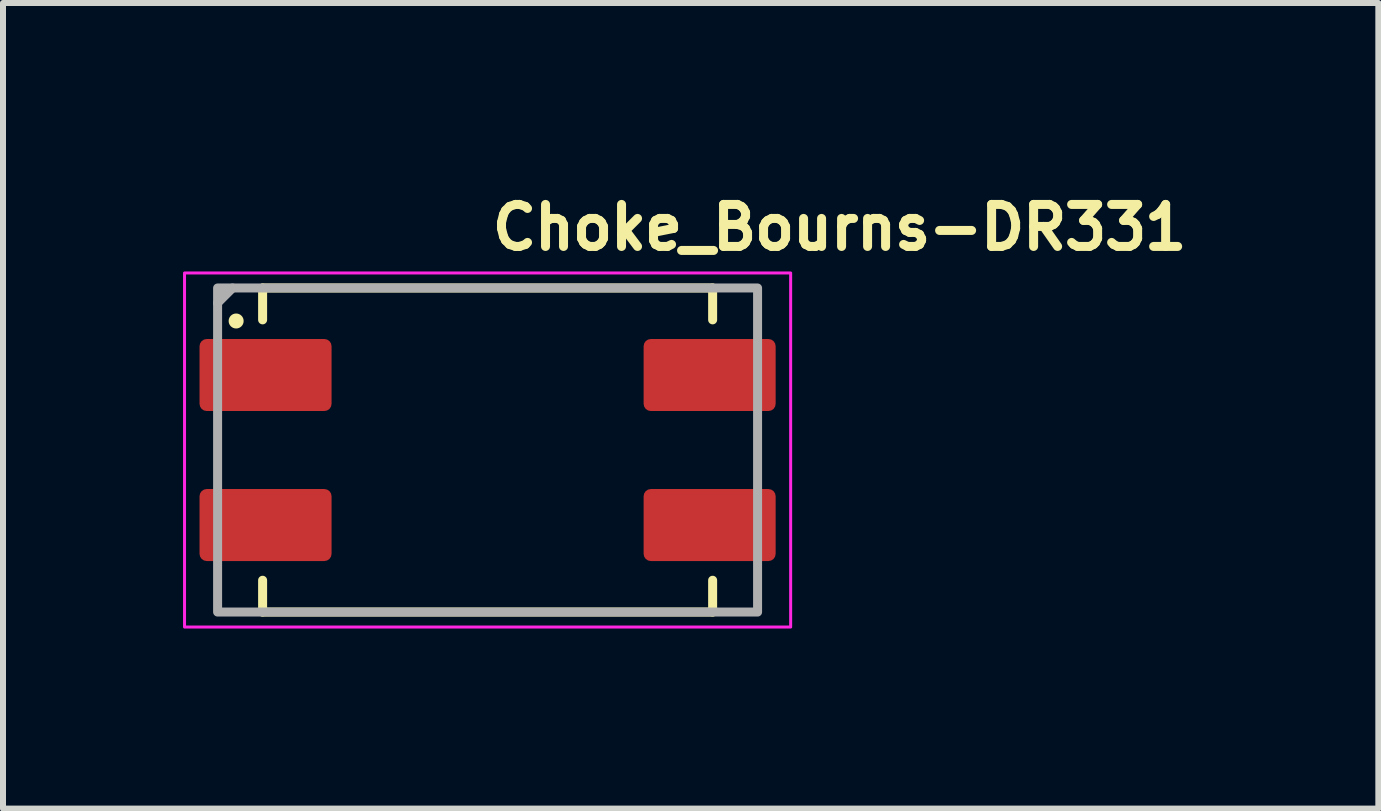
<source format=kicad_pcb>
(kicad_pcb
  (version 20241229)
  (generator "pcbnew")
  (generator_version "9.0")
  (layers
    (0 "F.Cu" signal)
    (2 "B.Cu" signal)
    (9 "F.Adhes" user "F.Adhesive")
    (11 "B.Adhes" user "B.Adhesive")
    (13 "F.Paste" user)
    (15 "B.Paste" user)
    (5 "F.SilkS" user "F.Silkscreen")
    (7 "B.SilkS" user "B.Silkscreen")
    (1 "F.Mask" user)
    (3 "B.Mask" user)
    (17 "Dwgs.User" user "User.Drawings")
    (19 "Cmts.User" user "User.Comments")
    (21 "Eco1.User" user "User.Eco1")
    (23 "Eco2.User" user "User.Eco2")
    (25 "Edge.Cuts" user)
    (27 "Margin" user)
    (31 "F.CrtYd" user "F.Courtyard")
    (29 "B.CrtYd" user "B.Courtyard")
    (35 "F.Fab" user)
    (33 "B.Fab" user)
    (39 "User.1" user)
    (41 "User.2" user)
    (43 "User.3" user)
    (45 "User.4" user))
  (footprint "Choke_Bourns-DR331"
    (layer "F.Cu")
    (at 5.075 4.449)
    (property "Reference" "Choke_Bourns-DR331" (at 0 -3.299 0) (layer "F.SilkS") (effects (font (size 0.7 0.7) (thickness 0.15)) (justify left bottom)))
    (attr smd)
    (fp_line (start -3.749 -2.7) (end 3.75 -2.7) (stroke (width 0.15) (type solid)) (layer "F.SilkS"))
    (fp_line (start -3.749 -2.169) (end -3.749 -2.7) (stroke (width 0.15) (type solid)) (layer "F.SilkS"))
    (fp_line (start -3.749 2.17) (end -3.749 2.7) (stroke (width 0.15) (type solid)) (layer "F.SilkS"))
    (fp_line (start 3.75 -2.169) (end 3.75 -2.7) (stroke (width 0.15) (type solid)) (layer "F.SilkS"))
    (fp_line (start 3.75 2.17) (end 3.75 2.7) (stroke (width 0.15) (type solid)) (layer "F.SilkS"))
    (fp_line (start 3.75 2.7) (end -3.749 2.7) (stroke (width 0.15) (type solid)) (layer "F.SilkS"))
    (fp_circle (center -4.19 -2.15) (end -4.14 -2.15) (stroke (width 0.15) (type solid)) (fill yes) (layer "F.SilkS"))
    (fp_rect (start -5.05 -2.95) (end 5.05 2.95) (stroke (width 0.05) (type solid)) (fill no) (layer "F.CrtYd"))
    (fp_line (start -4.25 -2.7) (end -4.5 -2.45) (stroke (width 0.15) (type solid)) (layer "F.Fab"))
    (fp_rect (start -4.499 -2.7) (end 4.499 2.7) (stroke (width 0.15) (type solid)) (fill no) (layer "F.Fab"))
    (fp_rect (start -4.499 -2.7) (end 4.499 2.7) (stroke (width 0.1) (type solid)) (fill no) (layer "User.5"))
    (fp_line (start -4.499 -1.52) (end -3.65 -1.52) (stroke (width 0.02) (type solid)) (layer "User.9"))
    (fp_line (start -4.499 -1.02) (end -4.499 -1.52) (stroke (width 0.02) (type solid)) (layer "User.9"))
    (fp_line (start -4.499 1.02) (end -3.65 1.02) (stroke (width 0.02) (type solid)) (layer "User.9"))
    (fp_line (start -4.499 1.52) (end -4.499 1.02) (stroke (width 0.02) (type solid)) (layer "User.9"))
    (fp_line (start -3.65 -2.45) (end -3.65 2.45) (stroke (width 0.02) (type solid)) (layer "User.9"))
    (fp_line (start -3.65 -2.45) (end -3.4 -2.45) (stroke (width 0.02) (type solid)) (layer "User.9"))
    (fp_line (start -3.65 -1.02) (end -4.499 -1.02) (stroke (width 0.02) (type solid)) (layer "User.9"))
    (fp_line (start -3.65 1.52) (end -4.499 1.52) (stroke (width 0.02) (type solid)) (layer "User.9"))
    (fp_line (start -3.65 2.45) (end -3.649 2.462) (stroke (width 0.02) (type solid)) (layer "User.9"))
    (fp_line (start -3.649 -2.461) (end -3.65 -2.45) (stroke (width 0.02) (type solid)) (layer "User.9"))
    (fp_line (start -3.649 2.462) (end -3.648 2.474) (stroke (width 0.02) (type solid)) (layer "User.9"))
    (fp_line (start -3.648 -2.485) (end -3.648 -2.474) (stroke (width 0.02) (type solid)) (layer "User.9"))
    (fp_line (start -3.648 -2.474) (end -3.649 -2.461) (stroke (width 0.02) (type solid)) (layer "User.9"))
    (fp_line (start -3.648 2.474) (end -3.648 2.486) (stroke (width 0.02) (type solid)) (layer "User.9"))
    (fp_line (start -3.648 2.486) (end -3.645 2.499) (stroke (width 0.02) (type solid)) (layer "User.9"))
    (fp_line (start -3.645 -2.499) (end -3.648 -2.485) (stroke (width 0.02) (type solid)) (layer "User.9"))
    (fp_line (start -3.645 2.499) (end -3.642 2.509) (stroke (width 0.02) (type solid)) (layer "User.9"))
    (fp_line (start -3.642 -2.509) (end -3.645 -2.499) (stroke (width 0.02) (type solid)) (layer "User.9"))
    (fp_line (start -3.642 2.509) (end -3.64 2.521) (stroke (width 0.02) (type solid)) (layer "User.9"))
    (fp_line (start -3.64 -2.522) (end -3.642 -2.509) (stroke (width 0.02) (type solid)) (layer "User.9"))
    (fp_line (start -3.64 2.521) (end -3.636 2.533) (stroke (width 0.02) (type solid)) (layer "User.9"))
    (fp_line (start -3.636 -2.533) (end -3.64 -2.522) (stroke (width 0.02) (type solid)) (layer "User.9"))
    (fp_line (start -3.636 2.533) (end -3.63 2.545) (stroke (width 0.02) (type solid)) (layer "User.9"))
    (fp_line (start -3.63 -2.545) (end -3.636 -2.533) (stroke (width 0.02) (type solid)) (layer "User.9"))
    (fp_line (start -3.63 2.545) (end -3.626 2.556) (stroke (width 0.02) (type solid)) (layer "User.9"))
    (fp_line (start -3.626 -2.556) (end -3.63 -2.545) (stroke (width 0.02) (type solid)) (layer "User.9"))
    (fp_line (start -3.626 2.556) (end -3.62 2.567) (stroke (width 0.02) (type solid)) (layer "User.9"))
    (fp_line (start -3.62 -2.567) (end -3.626 -2.556) (stroke (width 0.02) (type solid)) (layer "User.9"))
    (fp_line (start -3.62 2.567) (end -3.614 2.577) (stroke (width 0.02) (type solid)) (layer "User.9"))
    (fp_line (start -3.614 -2.577) (end -3.62 -2.567) (stroke (width 0.02) (type solid)) (layer "User.9"))
    (fp_line (start -3.614 2.577) (end -3.608 2.588) (stroke (width 0.02) (type solid)) (layer "User.9"))
    (fp_line (start -3.608 -2.588) (end -3.614 -2.577) (stroke (width 0.02) (type solid)) (layer "User.9"))
    (fp_line (start -3.608 2.588) (end -3.6 2.598) (stroke (width 0.02) (type solid)) (layer "User.9"))
    (fp_line (start -3.6 -2.597) (end -3.608 -2.588) (stroke (width 0.02) (type solid)) (layer "User.9"))
    (fp_line (start -3.6 2.598) (end -3.593 2.608) (stroke (width 0.02) (type solid)) (layer "User.9"))
    (fp_line (start -3.593 -2.608) (end -3.6 -2.597) (stroke (width 0.02) (type solid)) (layer "User.9"))
    (fp_line (start -3.593 2.608) (end -3.585 2.617) (stroke (width 0.02) (type solid)) (layer "User.9"))
    (fp_line (start -3.585 -2.617) (end -3.593 -2.608) (stroke (width 0.02) (type solid)) (layer "User.9"))
    (fp_line (start -3.585 2.617) (end -3.576 2.626) (stroke (width 0.02) (type solid)) (layer "User.9"))
    (fp_line (start -3.576 -2.625) (end -3.585 -2.617) (stroke (width 0.02) (type solid)) (layer "User.9"))
    (fp_line (start -3.576 -2.625) (end -3.576 -2.625) (stroke (width 0.02) (type solid)) (layer "User.9"))
    (fp_line (start -3.576 2.626) (end -3.576 2.626) (stroke (width 0.02) (type solid)) (layer "User.9"))
    (fp_line (start -3.576 2.626) (end -3.567 2.634) (stroke (width 0.02) (type solid)) (layer "User.9"))
    (fp_line (start -3.567 -2.634) (end -3.576 -2.625) (stroke (width 0.02) (type solid)) (layer "User.9"))
    (fp_line (start -3.567 2.634) (end -3.559 2.642) (stroke (width 0.02) (type solid)) (layer "User.9"))
    (fp_line (start -3.559 -2.642) (end -3.567 -2.634) (stroke (width 0.02) (type solid)) (layer "User.9"))
    (fp_line (start -3.559 2.642) (end -3.548 2.65) (stroke (width 0.02) (type solid)) (layer "User.9"))
    (fp_line (start -3.548 -2.649) (end -3.559 -2.642) (stroke (width 0.02) (type solid)) (layer "User.9"))
    (fp_line (start -3.548 2.65) (end -3.539 2.657) (stroke (width 0.02) (type solid)) (layer "User.9"))
    (fp_line (start -3.539 -2.657) (end -3.548 -2.649) (stroke (width 0.02) (type solid)) (layer "User.9"))
    (fp_line (start -3.539 2.657) (end -3.528 2.664) (stroke (width 0.02) (type solid)) (layer "User.9"))
    (fp_line (start -3.528 -2.663) (end -3.539 -2.657) (stroke (width 0.02) (type solid)) (layer "User.9"))
    (fp_line (start -3.528 2.664) (end -3.517 2.67) (stroke (width 0.02) (type solid)) (layer "User.9"))
    (fp_line (start -3.517 -2.67) (end -3.528 -2.663) (stroke (width 0.02) (type solid)) (layer "User.9"))
    (fp_line (start -3.517 2.67) (end -3.507 2.676) (stroke (width 0.02) (type solid)) (layer "User.9"))
    (fp_line (start -3.507 -2.676) (end -3.517 -2.67) (stroke (width 0.02) (type solid)) (layer "User.9"))
    (fp_line (start -3.507 2.676) (end -3.495 2.68) (stroke (width 0.02) (type solid)) (layer "User.9"))
    (fp_line (start -3.495 -2.679) (end -3.507 -2.676) (stroke (width 0.02) (type solid)) (layer "User.9"))
    (fp_line (start -3.495 2.68) (end -3.484 2.685) (stroke (width 0.02) (type solid)) (layer "User.9"))
    (fp_line (start -3.484 -2.685) (end -3.495 -2.679) (stroke (width 0.02) (type solid)) (layer "User.9"))
    (fp_line (start -3.484 2.685) (end -3.472 2.689) (stroke (width 0.02) (type solid)) (layer "User.9"))
    (fp_line (start -3.472 -2.689) (end -3.484 -2.685) (stroke (width 0.02) (type solid)) (layer "User.9"))
    (fp_line (start -3.472 2.689) (end -3.46 2.692) (stroke (width 0.02) (type solid)) (layer "User.9"))
    (fp_line (start -3.46 -2.692) (end -3.472 -2.689) (stroke (width 0.02) (type solid)) (layer "User.9"))
    (fp_line (start -3.46 2.692) (end -3.448 2.694) (stroke (width 0.02) (type solid)) (layer "User.9"))
    (fp_line (start -3.448 -2.694) (end -3.46 -2.692) (stroke (width 0.02) (type solid)) (layer "User.9"))
    (fp_line (start -3.448 2.694) (end -3.436 2.697) (stroke (width 0.02) (type solid)) (layer "User.9"))
    (fp_line (start -3.436 -2.697) (end -3.448 -2.694) (stroke (width 0.02) (type solid)) (layer "User.9"))
    (fp_line (start -3.436 2.697) (end -3.424 2.698) (stroke (width 0.02) (type solid)) (layer "User.9"))
    (fp_line (start -3.424 -2.698) (end -3.436 -2.697) (stroke (width 0.02) (type solid)) (layer "User.9"))
    (fp_line (start -3.424 2.698) (end -3.412 2.698) (stroke (width 0.02) (type solid)) (layer "User.9"))
    (fp_line (start -3.412 -2.698) (end -3.424 -2.698) (stroke (width 0.02) (type solid)) (layer "User.9"))
    (fp_line (start -3.412 2.698) (end -3.4 2.7) (stroke (width 0.02) (type solid)) (layer "User.9"))
    (fp_line (start -3.4 -2.7) (end -3.412 -2.698) (stroke (width 0.02) (type solid)) (layer "User.9"))
    (fp_line (start -3.4 -2.7) (end 3.399 -2.7) (stroke (width 0.02) (type solid)) (layer "User.9"))
    (fp_line (start -3.4 2.7) (end -3.4 2.45) (stroke (width 0.02) (type solid)) (layer "User.9"))
    (fp_line (start 3.399 -2.7) (end 3.399 -2.45) (stroke (width 0.02) (type solid)) (layer "User.9"))
    (fp_line (start 3.399 2.7) (end -3.4 2.7) (stroke (width 0.02) (type solid)) (layer "User.9"))
    (fp_line (start 3.399 2.7) (end 3.412 2.698) (stroke (width 0.02) (type solid)) (layer "User.9"))
    (fp_line (start 3.412 -2.698) (end 3.399 -2.7) (stroke (width 0.02) (type solid)) (layer "User.9"))
    (fp_line (start 3.412 2.698) (end 3.423 2.698) (stroke (width 0.02) (type solid)) (layer "User.9"))
    (fp_line (start 3.423 -2.698) (end 3.412 -2.698) (stroke (width 0.02) (type solid)) (layer "User.9"))
    (fp_line (start 3.423 2.698) (end 3.436 2.697) (stroke (width 0.02) (type solid)) (layer "User.9"))
    (fp_line (start 3.436 -2.697) (end 3.423 -2.698) (stroke (width 0.02) (type solid)) (layer "User.9"))
    (fp_line (start 3.436 2.697) (end 3.447 2.694) (stroke (width 0.02) (type solid)) (layer "User.9"))
    (fp_line (start 3.447 -2.694) (end 3.436 -2.697) (stroke (width 0.02) (type solid)) (layer "User.9"))
    (fp_line (start 3.447 2.694) (end 3.46 2.692) (stroke (width 0.02) (type solid)) (layer "User.9"))
    (fp_line (start 3.46 -2.692) (end 3.447 -2.694) (stroke (width 0.02) (type solid)) (layer "User.9"))
    (fp_line (start 3.46 2.692) (end 3.471 2.689) (stroke (width 0.02) (type solid)) (layer "User.9"))
    (fp_line (start 3.471 -2.689) (end 3.46 -2.692) (stroke (width 0.02) (type solid)) (layer "User.9"))
    (fp_line (start 3.471 2.689) (end 3.484 2.685) (stroke (width 0.02) (type solid)) (layer "User.9"))
    (fp_line (start 3.484 -2.685) (end 3.471 -2.689) (stroke (width 0.02) (type solid)) (layer "User.9"))
    (fp_line (start 3.484 2.685) (end 3.495 2.68) (stroke (width 0.02) (type solid)) (layer "User.9"))
    (fp_line (start 3.495 -2.679) (end 3.484 -2.685) (stroke (width 0.02) (type solid)) (layer "User.9"))
    (fp_line (start 3.495 2.68) (end 3.506 2.676) (stroke (width 0.02) (type solid)) (layer "User.9"))
    (fp_line (start 3.506 -2.676) (end 3.495 -2.679) (stroke (width 0.02) (type solid)) (layer "User.9"))
    (fp_line (start 3.506 2.676) (end 3.516 2.67) (stroke (width 0.02) (type solid)) (layer "User.9"))
    (fp_line (start 3.516 -2.67) (end 3.506 -2.676) (stroke (width 0.02) (type solid)) (layer "User.9"))
    (fp_line (start 3.516 2.67) (end 3.527 2.664) (stroke (width 0.02) (type solid)) (layer "User.9"))
    (fp_line (start 3.527 -2.663) (end 3.516 -2.67) (stroke (width 0.02) (type solid)) (layer "User.9"))
    (fp_line (start 3.527 2.664) (end 3.538 2.657) (stroke (width 0.02) (type solid)) (layer "User.9"))
    (fp_line (start 3.538 -2.657) (end 3.527 -2.663) (stroke (width 0.02) (type solid)) (layer "User.9"))
    (fp_line (start 3.538 2.657) (end 3.548 2.65) (stroke (width 0.02) (type solid)) (layer "User.9"))
    (fp_line (start 3.548 -2.649) (end 3.538 -2.657) (stroke (width 0.02) (type solid)) (layer "User.9"))
    (fp_line (start 3.548 2.65) (end 3.557 2.642) (stroke (width 0.02) (type solid)) (layer "User.9"))
    (fp_line (start 3.557 -2.642) (end 3.548 -2.649) (stroke (width 0.02) (type solid)) (layer "User.9"))
    (fp_line (start 3.557 2.642) (end 3.567 2.634) (stroke (width 0.02) (type solid)) (layer "User.9"))
    (fp_line (start 3.567 -2.634) (end 3.557 -2.642) (stroke (width 0.02) (type solid)) (layer "User.9"))
    (fp_line (start 3.567 2.634) (end 3.575 2.626) (stroke (width 0.02) (type solid)) (layer "User.9"))
    (fp_line (start 3.575 -2.625) (end 3.567 -2.634) (stroke (width 0.02) (type solid)) (layer "User.9"))
    (fp_line (start 3.575 -2.625) (end 3.575 -2.625) (stroke (width 0.02) (type solid)) (layer "User.9"))
    (fp_line (start 3.575 2.626) (end 3.575 2.626) (stroke (width 0.02) (type solid)) (layer "User.9"))
    (fp_line (start 3.575 2.626) (end 3.585 2.617) (stroke (width 0.02) (type solid)) (layer "User.9"))
    (fp_line (start 3.585 -2.617) (end 3.575 -2.625) (stroke (width 0.02) (type solid)) (layer "User.9"))
    (fp_line (start 3.585 2.617) (end 3.593 2.608) (stroke (width 0.02) (type solid)) (layer "User.9"))
    (fp_line (start 3.593 -2.608) (end 3.585 -2.617) (stroke (width 0.02) (type solid)) (layer "User.9"))
    (fp_line (start 3.593 2.608) (end 3.599 2.598) (stroke (width 0.02) (type solid)) (layer "User.9"))
    (fp_line (start 3.599 -2.597) (end 3.593 -2.608) (stroke (width 0.02) (type solid)) (layer "User.9"))
    (fp_line (start 3.599 2.598) (end 3.607 2.588) (stroke (width 0.02) (type solid)) (layer "User.9"))
    (fp_line (start 3.607 -2.588) (end 3.599 -2.597) (stroke (width 0.02) (type solid)) (layer "User.9"))
    (fp_line (start 3.607 2.588) (end 3.614 2.577) (stroke (width 0.02) (type solid)) (layer "User.9"))
    (fp_line (start 3.614 -2.577) (end 3.607 -2.588) (stroke (width 0.02) (type solid)) (layer "User.9"))
    (fp_line (start 3.614 2.577) (end 3.62 2.567) (stroke (width 0.02) (type solid)) (layer "User.9"))
    (fp_line (start 3.62 -2.567) (end 3.614 -2.577) (stroke (width 0.02) (type solid)) (layer "User.9"))
    (fp_line (start 3.62 2.567) (end 3.625 2.556) (stroke (width 0.02) (type solid)) (layer "User.9"))
    (fp_line (start 3.625 -2.556) (end 3.62 -2.567) (stroke (width 0.02) (type solid)) (layer "User.9"))
    (fp_line (start 3.625 2.556) (end 3.63 2.545) (stroke (width 0.02) (type solid)) (layer "User.9"))
    (fp_line (start 3.63 -2.545) (end 3.625 -2.556) (stroke (width 0.02) (type solid)) (layer "User.9"))
    (fp_line (start 3.63 2.545) (end 3.634 2.533) (stroke (width 0.02) (type solid)) (layer "User.9"))
    (fp_line (start 3.634 -2.533) (end 3.63 -2.545) (stroke (width 0.02) (type solid)) (layer "User.9"))
    (fp_line (start 3.634 2.533) (end 3.639 2.521) (stroke (width 0.02) (type solid)) (layer "User.9"))
    (fp_line (start 3.639 -2.522) (end 3.634 -2.533) (stroke (width 0.02) (type solid)) (layer "User.9"))
    (fp_line (start 3.639 2.521) (end 3.641 2.509) (stroke (width 0.02) (type solid)) (layer "User.9"))
    (fp_line (start 3.641 -2.509) (end 3.639 -2.522) (stroke (width 0.02) (type solid)) (layer "User.9"))
    (fp_line (start 3.641 2.509) (end 3.644 2.499) (stroke (width 0.02) (type solid)) (layer "User.9"))
    (fp_line (start 3.644 -2.499) (end 3.641 -2.509) (stroke (width 0.02) (type solid)) (layer "User.9"))
    (fp_line (start 3.644 2.499) (end 3.647 2.486) (stroke (width 0.02) (type solid)) (layer "User.9"))
    (fp_line (start 3.647 -2.485) (end 3.644 -2.499) (stroke (width 0.02) (type solid)) (layer "User.9"))
    (fp_line (start 3.647 -2.474) (end 3.647 -2.485) (stroke (width 0.02) (type solid)) (layer "User.9"))
    (fp_line (start 3.647 2.474) (end 3.649 2.462) (stroke (width 0.02) (type solid)) (layer "User.9"))
    (fp_line (start 3.647 2.486) (end 3.647 2.474) (stroke (width 0.02) (type solid)) (layer "User.9"))
    (fp_line (start 3.649 -2.461) (end 3.647 -2.474) (stroke (width 0.02) (type solid)) (layer "User.9"))
    (fp_line (start 3.649 -2.45) (end 3.649 -2.461) (stroke (width 0.02) (type solid)) (layer "User.9"))
    (fp_line (start 3.649 -2.45) (end 3.649 2.45) (stroke (width 0.02) (type solid)) (layer "User.9"))
    (fp_line (start 3.649 -1.52) (end 4.499 -1.52) (stroke (width 0.02) (type solid)) (layer "User.9"))
    (fp_line (start 3.649 1.02) (end 4.499 1.02) (stroke (width 0.02) (type solid)) (layer "User.9"))
    (fp_line (start 3.649 2.45) (end 3.399 2.45) (stroke (width 0.02) (type solid)) (layer "User.9"))
    (fp_line (start 3.649 2.462) (end 3.649 2.45) (stroke (width 0.02) (type solid)) (layer "User.9"))
    (fp_line (start 4.499 -1.52) (end 4.499 -1.02) (stroke (width 0.02) (type solid)) (layer "User.9"))
    (fp_line (start 4.499 -1.02) (end 3.649 -1.02) (stroke (width 0.02) (type solid)) (layer "User.9"))
    (fp_line (start 4.499 1.02) (end 4.499 1.52) (stroke (width 0.02) (type solid)) (layer "User.9"))
    (fp_line (start 4.499 1.52) (end 3.649 1.52) (stroke (width 0.02) (type solid)) (layer "User.9"))
    (pad "1" smd roundrect (at -3.7 -1.25) (size 2.2 1.2) (layers "F.Cu" "F.Mask" "F.Paste") (roundrect_rratio 0.1))
    (pad "2" smd roundrect (at -3.7 1.25) (size 2.2 1.2) (layers "F.Cu" "F.Mask" "F.Paste") (roundrect_rratio 0.1))
    (pad "3" smd roundrect (at 3.7 1.25) (size 2.2 1.2) (layers "F.Cu" "F.Mask" "F.Paste") (roundrect_rratio 0.1))
    (pad "4" smd roundrect (at 3.7 -1.25) (size 2.2 1.2) (layers "F.Cu" "F.Mask" "F.Paste") (roundrect_rratio 0.1)))
  (gr_rect
    (start -3 -3)
    (end 19.918 10.424)
    (stroke (width 0.1) (type default))
    (fill no)
    (layer "Edge.Cuts")))
</source>
